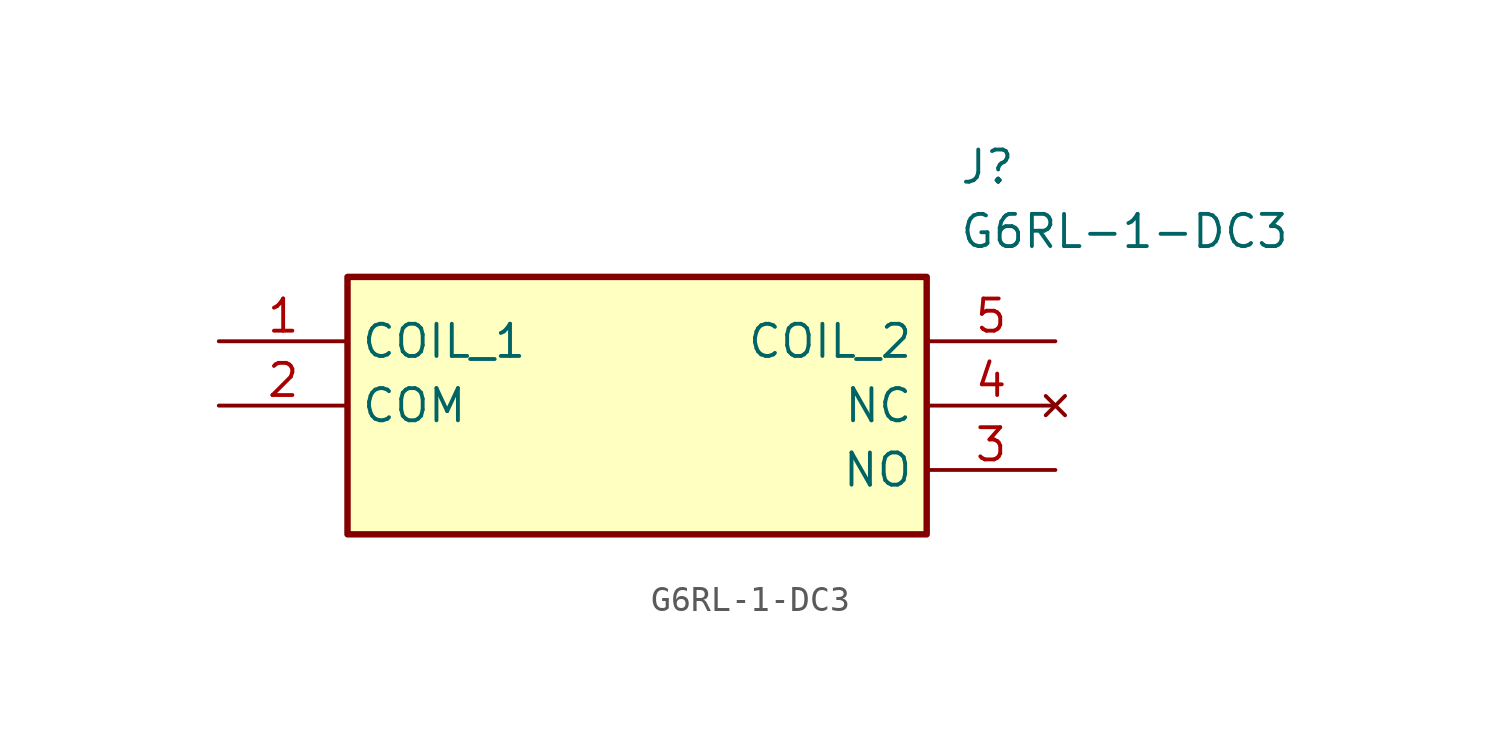
<source format=kicad_sym>
(kicad_symbol_lib
  (version 20211014)
  (generator SamacSys_ECAD_Model)
  (symbol "G6RL-1-DC3"
    (property "Reference" "J"
      (at 29.21 7.62 0)
      (effects (font (size 1.27 1.27)) (justify left top)))
    (property "Value" "G6RL-1-DC3"
      (at 29.21 5.08 0)
      (effects (font (size 1.27 1.27)) (justify left top)))
    (rectangle
      (start 5.08 2.54)
      (end 27.94 -7.62)
      (stroke (width 0.254) (type default))
      (fill (type background)))
    (pin passive line
      (at 0 0 0)
      (length 5.08)
      (name "COIL_1" (effects (font (size 1.27 1.27))))
      (number "1" (effects (font (size 1.27 1.27)))))
    (pin passive line
      (at 0 -2.54 0)
      (length 5.08)
      (name "COM" (effects (font (size 1.27 1.27))))
      (number "2" (effects (font (size 1.27 1.27)))))
    (pin passive line
      (at 33.02 -5.08 180)
      (length 5.08)
      (name "NO" (effects (font (size 1.27 1.27))))
      (number "3" (effects (font (size 1.27 1.27)))))
    (pin no_connect line
      (at 33.02 -2.54 180)
      (length 5.08)
      (name "NC" (effects (font (size 1.27 1.27))))
      (number "4" (effects (font (size 1.27 1.27)))))
    (pin passive line
      (at 33.02 0 180)
      (length 5.08)
      (name "COIL_2" (effects (font (size 1.27 1.27))))
      (number "5" (effects (font (size 1.27 1.27)))))))
</source>
